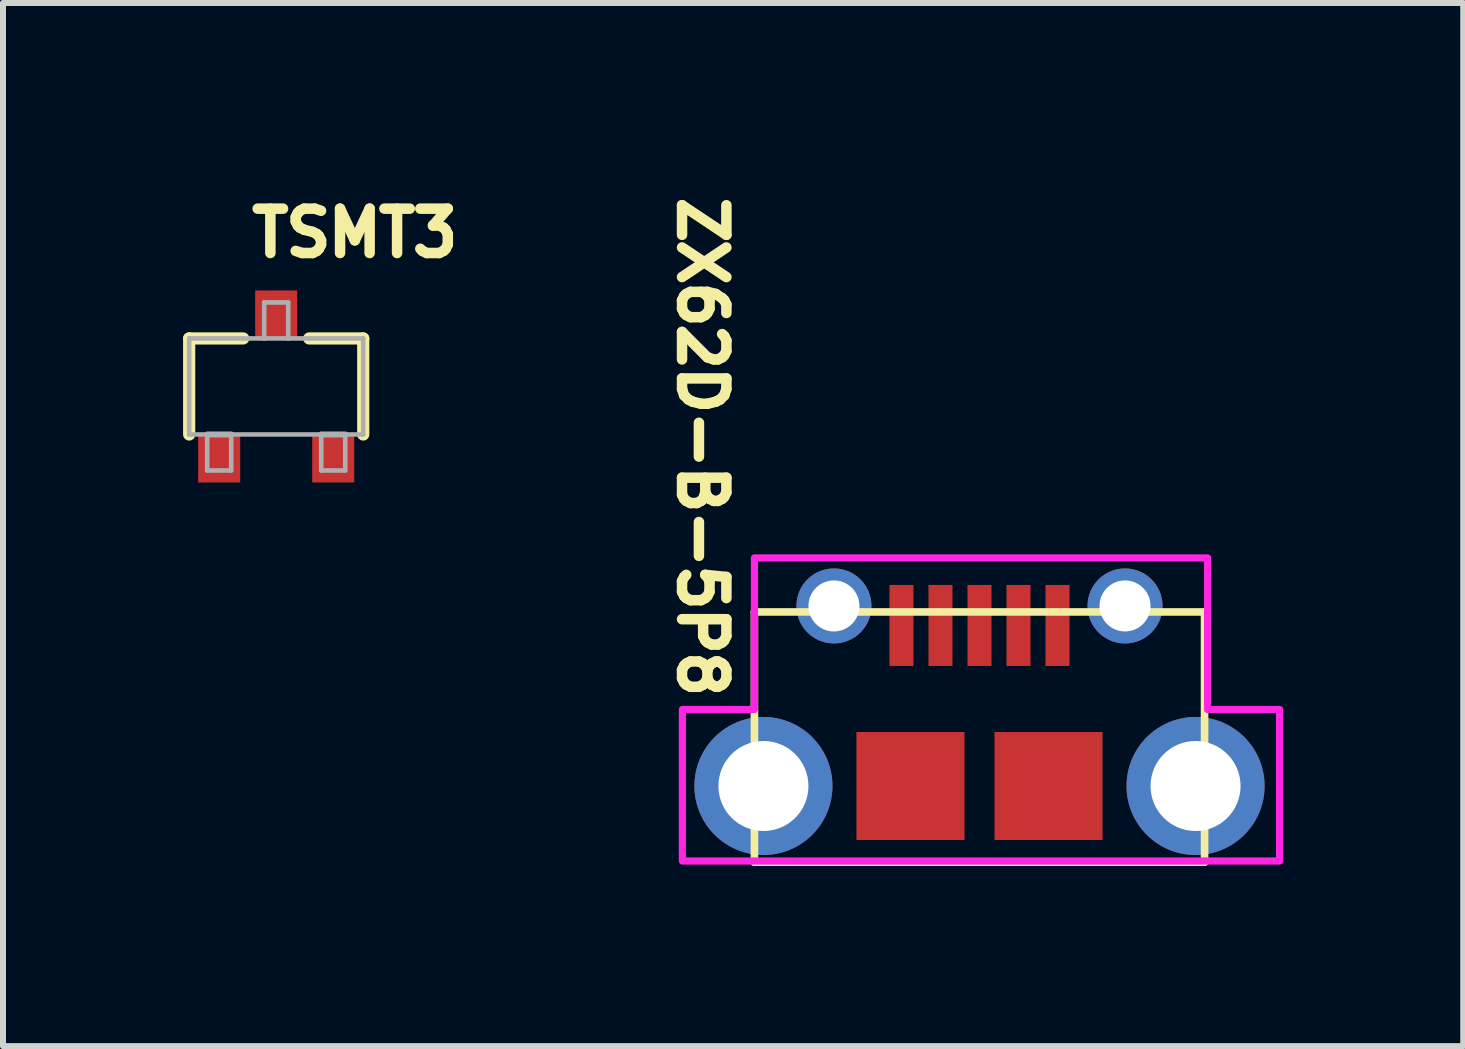
<source format=kicad_pcb>
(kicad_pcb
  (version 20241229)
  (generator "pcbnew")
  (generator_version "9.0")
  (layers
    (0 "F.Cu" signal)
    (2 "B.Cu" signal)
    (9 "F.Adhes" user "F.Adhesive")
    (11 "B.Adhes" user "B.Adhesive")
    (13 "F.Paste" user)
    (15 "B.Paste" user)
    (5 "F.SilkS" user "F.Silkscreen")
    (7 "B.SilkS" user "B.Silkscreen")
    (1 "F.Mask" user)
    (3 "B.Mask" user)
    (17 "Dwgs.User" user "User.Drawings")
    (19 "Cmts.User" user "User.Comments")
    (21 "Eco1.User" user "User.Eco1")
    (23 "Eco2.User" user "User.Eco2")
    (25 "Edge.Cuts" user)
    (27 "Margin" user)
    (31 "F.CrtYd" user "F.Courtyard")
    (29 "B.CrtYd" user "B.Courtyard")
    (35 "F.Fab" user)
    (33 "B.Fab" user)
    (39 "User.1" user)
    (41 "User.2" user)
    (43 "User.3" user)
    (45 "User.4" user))
  (footprint "ZX62D-B-5P8"
    (layer "F.Cu")
    (at 13.27 10.046)
    (property "Reference" "ZX62D-B-5P8" (at -4.191 -1.397 270) (unlocked yes) (layer "F.SilkS") (effects (font (size 0.739 0.739) (thickness 0.175)) (justify right top)))
    (fp_line (start -3.75 -2.9) (end -3.75 1.27) (stroke (width 0.127) (type solid)) (layer "F.SilkS"))
    (fp_line (start -3.75 -2.9) (end 3.75 -2.9) (stroke (width 0.127) (type solid)) (layer "F.SilkS"))
    (fp_line (start -3.75 1.27) (end 3.75 1.27) (stroke (width 0.127) (type solid)) (layer "F.SilkS"))
    (fp_line (start 3.75 1.27) (end 3.75 -2.9) (stroke (width 0.127) (type solid)) (layer "F.SilkS"))
    (fp_poly (pts (xy 3.8 -1.275) (xy 5 -1.275) (xy 5 1.25) (xy 3.8 1.25) (xy -3.75 1.25) (xy -4.95 1.25) (xy -4.95 -1.275) (xy -3.75 -1.275) (xy -3.75 -3.8) (xy 3.8 -3.8)) (stroke (width 0.12) (type default)) (fill no) (layer "F.CrtYd"))
    (pad "P$1" smd rect (at -1.3 -2.675 90) (size 1.35 0.4) (layers "F.Cu" "F.Mask" "F.Paste"))
    (pad "P$2" smd rect (at -0.65 -2.675 90) (size 1.35 0.4) (layers "F.Cu" "F.Mask" "F.Paste"))
    (pad "P$3" smd rect (at 0 -2.675 90) (size 1.35 0.4) (layers "F.Cu" "F.Mask" "F.Paste"))
    (pad "P$4" smd rect (at 0.65 -2.675 90) (size 1.35 0.4) (layers "F.Cu" "F.Mask" "F.Paste"))
    (pad "P$5" smd rect (at 1.3 -2.675 90) (size 1.35 0.4) (layers "F.Cu" "F.Mask" "F.Paste"))
    (pad "P$6" smd rect (at -1.15 0 90) (size 1.8 1.8) (layers "F.Cu" "F.Mask" "F.Paste"))
    (pad "P$7" smd rect (at 1.15 0 90) (size 1.8 1.8) (layers "F.Cu" "F.Mask" "F.Paste"))
    (pad "SHIELD_1" thru_hole circle (at -3.6 0 90) (size 2.3 2.3) (drill 1.5) (layers "*.Cu" "*.Mask"))
    (pad "SHIELD_2" thru_hole circle (at 3.6 0 90) (size 2.3 2.3) (drill 1.5) (layers "*.Cu" "*.Mask"))
    (pad "SHIELD_3" thru_hole circle (at 2.425 -3) (size 1.25 1.25) (drill 0.85) (layers "*.Cu" "*.Mask"))
    (pad "SHIELD_4" thru_hole circle (at -2.425 -3) (size 1.25 1.25) (drill 0.85) (layers "*.Cu" "*.Mask")))
  (footprint "TSMT3"
    (layer "F.Cu")
    (at 1.552 3.389)
    (property "Reference" "TSMT3" (at -0.494 -2.124 0) (unlocked yes) (layer "F.SilkS") (effects (font (size 0.739 0.739) (thickness 0.175)) (justify left bottom)))
    (fp_line (start -1.45 -0.8) (end -0.55 -0.8) (stroke (width 0.203) (type solid)) (layer "F.SilkS"))
    (fp_line (start -1.45 0.8) (end -1.45 -0.8) (stroke (width 0.203) (type solid)) (layer "F.SilkS"))
    (fp_line (start 1.45 -0.8) (end 0.55 -0.8) (stroke (width 0.203) (type solid)) (layer "F.SilkS"))
    (fp_line (start 1.45 0.8) (end 1.45 -0.8) (stroke (width 0.203) (type solid)) (layer "F.SilkS"))
    (fp_line (start -1.45 -0.8) (end -1.45 0.8) (stroke (width 0.076) (type solid)) (layer "F.Fab"))
    (fp_line (start -1.45 -0.8) (end -0.2 -0.8) (stroke (width 0.076) (type solid)) (layer "F.Fab"))
    (fp_line (start -1.45 0.8) (end 1.45 0.8) (stroke (width 0.076) (type solid)) (layer "F.Fab"))
    (fp_line (start -1.15 0.8) (end -1.15 1.4) (stroke (width 0.076) (type solid)) (layer "F.Fab"))
    (fp_line (start -1.15 0.8) (end -0.75 0.8) (stroke (width 0.1) (type solid)) (layer "F.Fab"))
    (fp_line (start -1.15 1.4) (end -0.75 1.4) (stroke (width 0.076) (type solid)) (layer "F.Fab"))
    (fp_line (start -0.75 0.8) (end -0.75 1.4) (stroke (width 0.076) (type solid)) (layer "F.Fab"))
    (fp_line (start -0.2 -1.4) (end -0.2 -0.8) (stroke (width 0.076) (type solid)) (layer "F.Fab"))
    (fp_line (start -0.2 -1.4) (end 0.2 -1.4) (stroke (width 0.076) (type solid)) (layer "F.Fab"))
    (fp_line (start -0.2 -0.8) (end 0.2 -0.8) (stroke (width 0.076) (type solid)) (layer "F.Fab"))
    (fp_line (start 0.2 -1.4) (end 0.2 -0.8) (stroke (width 0.076) (type solid)) (layer "F.Fab"))
    (fp_line (start 0.2 -0.8) (end 1.45 -0.8) (stroke (width 0.076) (type solid)) (layer "F.Fab"))
    (fp_line (start 0.75 0.8) (end 0.75 1.4) (stroke (width 0.076) (type solid)) (layer "F.Fab"))
    (fp_line (start 0.75 0.8) (end 1.15 0.8) (stroke (width 0.1) (type solid)) (layer "F.Fab"))
    (fp_line (start 0.75 1.4) (end 1.15 1.4) (stroke (width 0.076) (type solid)) (layer "F.Fab"))
    (fp_line (start 1.15 0.8) (end 1.15 1.4) (stroke (width 0.076) (type solid)) (layer "F.Fab"))
    (fp_line (start 1.45 -0.8) (end 1.45 0.8) (stroke (width 0.076) (type solid)) (layer "F.Fab"))
    (pad "P$1" smd rect (at -0.95 1.2) (size 0.7 0.8) (layers "F.Cu" "F.Mask" "F.Paste"))
    (pad "P$2" smd rect (at 0.95 1.2) (size 0.7 0.8) (layers "F.Cu" "F.Mask" "F.Paste"))
    (pad "P$3" smd rect (at 0 -1.2) (size 0.7 0.8) (layers "F.Cu" "F.Mask" "F.Paste")))
  (gr_rect
    (start -3 -3)
    (end 21.33 14.38)
    (stroke (width 0.1) (type default))
    (fill no)
    (layer "Edge.Cuts")))
</source>
